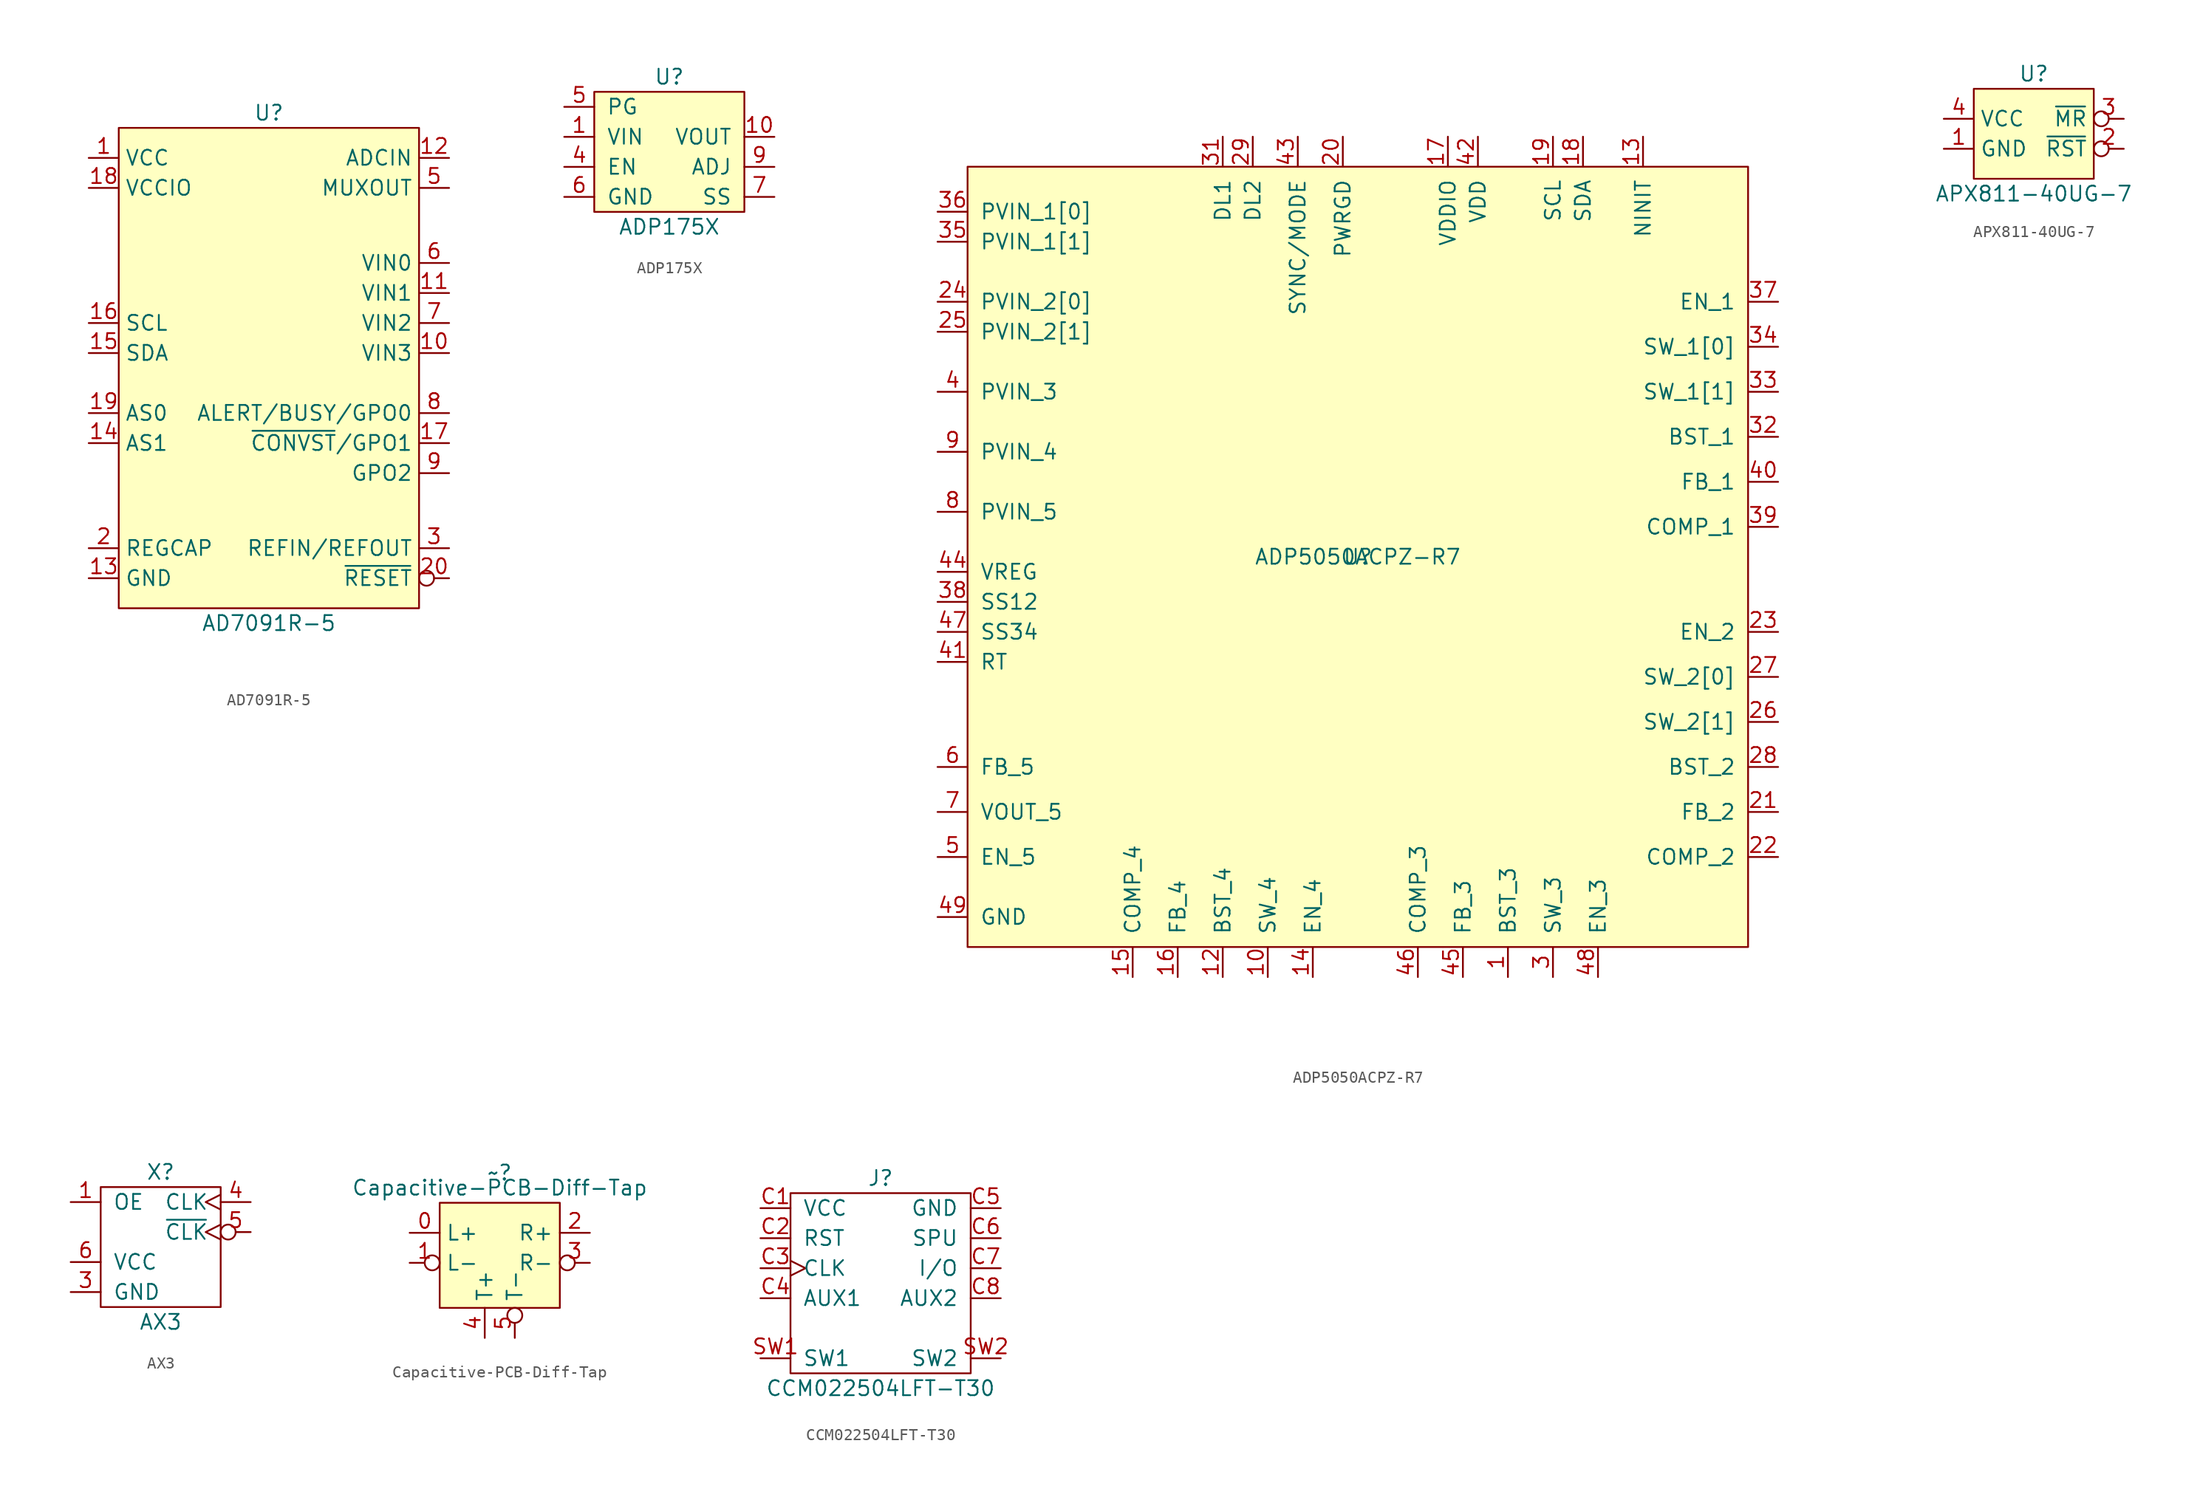
<source format=kicad_sym>
(kicad_symbol_lib
  (version 20211014)
  (generator kicad_symbol_editor)
  (symbol "AD7091R-5"
    (property "Reference" "U"
      (at 0 22.86 0)
      (effects (font (size 1.27 1.27))))
    (property "Value" "AD7091R-5"
      (at 0 -20.32 0)
      (effects (font (size 1.27 1.27))))
    (symbol "AD7091R-5_0_1"
      (rectangle (start -12.7 21.59) (end 12.7 -19.05) (stroke (width 0.152) (type default) (color 0 0 0 0)) (fill (type background))))
    (symbol "AD7091R-5_1_1"
      (pin power_in line (at -15.24 19.05 0) (length 2.54) (name "VCC" (effects (font (size 1.27 1.27)))) (number "1" (effects (font (size 1.27 1.27)))))
      (pin input line (at 15.24 2.54 180) (length 2.54) (name "VIN3" (effects (font (size 1.27 1.27)))) (number "10" (effects (font (size 1.27 1.27)))))
      (pin input line (at 15.24 7.62 180) (length 2.54) (name "VIN1" (effects (font (size 1.27 1.27)))) (number "11" (effects (font (size 1.27 1.27)))))
      (pin input line (at 15.24 19.05 180) (length 2.54) (name "ADCIN" (effects (font (size 1.27 1.27)))) (number "12" (effects (font (size 1.27 1.27)))))
      (pin power_in line (at -15.24 -16.51 0) (length 2.54) (name "GND" (effects (font (size 1.27 1.27)))) (number "13" (effects (font (size 1.27 1.27)))))
      (pin passive line (at -15.24 -5.08 0) (length 2.54) (name "AS1" (effects (font (size 1.27 1.27)))) (number "14" (effects (font (size 1.27 1.27)))))
      (pin bidirectional line (at -15.24 2.54 0) (length 2.54) (name "SDA" (effects (font (size 1.27 1.27)))) (number "15" (effects (font (size 1.27 1.27)))))
      (pin input line (at -15.24 5.08 0) (length 2.54) (name "SCL" (effects (font (size 1.27 1.27)))) (number "16" (effects (font (size 1.27 1.27)))))
      (pin passive line (at 15.24 -5.08 180) (length 2.54) (name "~{CONVST}/GPO1" (effects (font (size 1.27 1.27)))) (number "17" (effects (font (size 1.27 1.27)))))
      (pin power_in line (at -15.24 16.51 0) (length 2.54) (name "VCCIO" (effects (font (size 1.27 1.27)))) (number "18" (effects (font (size 1.27 1.27)))))
      (pin passive line (at -15.24 -2.54 0) (length 2.54) (name "AS0" (effects (font (size 1.27 1.27)))) (number "19" (effects (font (size 1.27 1.27)))))
      (pin passive line (at -15.24 -13.97 0) (length 2.54) (name "REGCAP" (effects (font (size 1.27 1.27)))) (number "2" (effects (font (size 1.27 1.27)))))
      (pin input inverted (at 15.24 -16.51 180) (length 2.54) (name "~{RESET}" (effects (font (size 1.27 1.27)))) (number "20" (effects (font (size 1.27 1.27)))))
      (pin passive line (at -15.24 -16.51 0) (length 2.54) hide (name "GND" (effects (font (size 1.27 1.27)))) (number "21" (effects (font (size 1.27 1.27)))))
      (pin bidirectional line (at 15.24 -13.97 180) (length 2.54) (name "REFIN/REFOUT" (effects (font (size 1.27 1.27)))) (number "3" (effects (font (size 1.27 1.27)))))
      (pin passive line (at -15.24 -16.51 0) (length 2.54) hide (name "GND" (effects (font (size 1.27 1.27)))) (number "4" (effects (font (size 1.27 1.27)))))
      (pin output line (at 15.24 16.51 180) (length 2.54) (name "MUXOUT" (effects (font (size 1.27 1.27)))) (number "5" (effects (font (size 1.27 1.27)))))
      (pin input line (at 15.24 10.16 180) (length 2.54) (name "VIN0" (effects (font (size 1.27 1.27)))) (number "6" (effects (font (size 1.27 1.27)))))
      (pin input line (at 15.24 5.08 180) (length 2.54) (name "VIN2" (effects (font (size 1.27 1.27)))) (number "7" (effects (font (size 1.27 1.27)))))
      (pin passive line (at 15.24 -2.54 180) (length 2.54) (name "ALERT/BUSY/GPO0" (effects (font (size 1.27 1.27)))) (number "8" (effects (font (size 1.27 1.27)))))
      (pin passive line (at 15.24 -7.62 180) (length 2.54) (name "GPO2" (effects (font (size 1.27 1.27)))) (number "9" (effects (font (size 1.27 1.27)))))))
  (symbol "ADP175X"
    (pin_names
      (offset 1.016))
    (property "Reference" "U"
      (at 0 5.08 0)
      (effects (font (size 1.27 1.27))))
    (property "Value" "ADP175X"
      (at 0 -7.62 0)
      (effects (font (size 1.27 1.27))))
    (symbol "ADP175X_0_1"
      (rectangle (start -6.35 -6.35) (end 6.35 3.81) (stroke (width 0) (type default) (color 0 0 0 0)) (fill (type background))))
    (symbol "ADP175X_1_1"
      (pin power_in line (at -8.89 0 0) (length 2.54) (name "VIN" (effects (font (size 1.27 1.27)))) (number "1" (effects (font (size 1.27 1.27)))))
      (pin power_out line (at 8.89 0 180) (length 2.54) (name "VOUT" (effects (font (size 1.27 1.27)))) (number "10" (effects (font (size 1.27 1.27)))))
      (pin passive line (at 8.89 0 180) (length 2.54) hide (name "VOUT" (effects (font (size 1.27 1.27)))) (number "11" (effects (font (size 1.27 1.27)))))
      (pin passive line (at 8.89 0 180) (length 2.54) hide (name "VOUT" (effects (font (size 1.27 1.27)))) (number "12" (effects (font (size 1.27 1.27)))))
      (pin passive line (at 8.89 0 180) (length 2.54) hide (name "VOUT" (effects (font (size 1.27 1.27)))) (number "13" (effects (font (size 1.27 1.27)))))
      (pin passive line (at 8.89 0 180) (length 2.54) hide (name "VOUT" (effects (font (size 1.27 1.27)))) (number "14" (effects (font (size 1.27 1.27)))))
      (pin passive line (at -8.89 0 0) (length 2.54) hide (name "VIN" (effects (font (size 1.27 1.27)))) (number "15" (effects (font (size 1.27 1.27)))))
      (pin passive line (at -8.89 0 0) (length 2.54) hide (name "VIN" (effects (font (size 1.27 1.27)))) (number "16" (effects (font (size 1.27 1.27)))))
      (pin passive line (at -8.89 -5.08 0) (length 2.54) hide (name "GND" (effects (font (size 1.27 1.27)))) (number "17" (effects (font (size 1.27 1.27)))))
      (pin passive line (at -8.89 0 0) (length 2.54) hide (name "VIN" (effects (font (size 1.27 1.27)))) (number "2" (effects (font (size 1.27 1.27)))))
      (pin passive line (at -8.89 0 0) (length 2.54) hide (name "VIN" (effects (font (size 1.27 1.27)))) (number "3" (effects (font (size 1.27 1.27)))))
      (pin passive line (at -8.89 -2.54 0) (length 2.54) (name "EN" (effects (font (size 1.27 1.27)))) (number "4" (effects (font (size 1.27 1.27)))))
      (pin passive line (at -8.89 2.54 0) (length 2.54) (name "PG" (effects (font (size 1.27 1.27)))) (number "5" (effects (font (size 1.27 1.27)))))
      (pin passive line (at -8.89 -5.08 0) (length 2.54) (name "GND" (effects (font (size 1.27 1.27)))) (number "6" (effects (font (size 1.27 1.27)))))
      (pin passive line (at 8.89 -5.08 180) (length 2.54) (name "SS" (effects (font (size 1.27 1.27)))) (number "7" (effects (font (size 1.27 1.27)))))
      (pin no_connect non_logic (at 8.89 2.54 180) (length 2.54) hide (name "NC" (effects (font (size 1.27 1.27)))) (number "8" (effects (font (size 1.27 1.27)))))
      (pin passive line (at 8.89 -2.54 180) (length 2.54) (name "ADJ" (effects (font (size 1.27 1.27)))) (number "9" (effects (font (size 1.27 1.27)))))))
  (symbol "ADP5050ACPZ-R7"
    (pin_names
      (offset 1.016))
    (property "Reference" "U"
      (at 0 1.27 0)
      (effects (font (size 1.27 1.27))))
    (property "Value" "ADP5050ACPZ-R7"
      (at 0 1.27 0)
      (effects (font (size 1.27 1.27))))
    (symbol "ADP5050ACPZ-R7_0_1"
      (rectangle (start -33.02 34.29) (end 33.02 -31.75) (stroke (width 0) (type default) (color 0 0 0 0)) (fill (type background))))
    (symbol "ADP5050ACPZ-R7_1_1"
      (pin passive line (at 12.7 -34.29 90) (length 2.54) (name "BST_3" (effects (font (size 1.27 1.27)))) (number "1" (effects (font (size 1.27 1.27)))))
      (pin power_out line (at -7.62 -34.29 90) (length 2.54) (name "SW_4" (effects (font (size 1.27 1.27)))) (number "10" (effects (font (size 1.27 1.27)))))
      (pin passive line (at -35.56 -29.21 0) (length 2.54) hide (name "GND" (effects (font (size 1.27 1.27)))) (number "11" (effects (font (size 1.27 1.27)))))
      (pin passive line (at -11.43 -34.29 90) (length 2.54) (name "BST_4" (effects (font (size 1.27 1.27)))) (number "12" (effects (font (size 1.27 1.27)))))
      (pin passive line (at 24.13 36.83 270) (length 2.54) (name "NINIT" (effects (font (size 1.27 1.27)))) (number "13" (effects (font (size 1.27 1.27)))))
      (pin input line (at -3.81 -34.29 90) (length 2.54) (name "EN_4" (effects (font (size 1.27 1.27)))) (number "14" (effects (font (size 1.27 1.27)))))
      (pin passive line (at -19.05 -34.29 90) (length 2.54) (name "COMP_4" (effects (font (size 1.27 1.27)))) (number "15" (effects (font (size 1.27 1.27)))))
      (pin input line (at -15.24 -34.29 90) (length 2.54) (name "FB_4" (effects (font (size 1.27 1.27)))) (number "16" (effects (font (size 1.27 1.27)))))
      (pin power_out line (at 7.62 36.83 270) (length 2.54) (name "VDDIO" (effects (font (size 1.27 1.27)))) (number "17" (effects (font (size 1.27 1.27)))))
      (pin passive line (at 19.05 36.83 270) (length 2.54) (name "SDA" (effects (font (size 1.27 1.27)))) (number "18" (effects (font (size 1.27 1.27)))))
      (pin passive line (at 16.51 36.83 270) (length 2.54) (name "SCL" (effects (font (size 1.27 1.27)))) (number "19" (effects (font (size 1.27 1.27)))))
      (pin passive line (at -35.56 -29.21 0) (length 2.54) hide (name "GND" (effects (font (size 1.27 1.27)))) (number "2" (effects (font (size 1.27 1.27)))))
      (pin passive line (at -1.27 36.83 270) (length 2.54) (name "PWRGD" (effects (font (size 1.27 1.27)))) (number "20" (effects (font (size 1.27 1.27)))))
      (pin input line (at 35.56 -20.32 180) (length 2.54) (name "FB_2" (effects (font (size 1.27 1.27)))) (number "21" (effects (font (size 1.27 1.27)))))
      (pin passive line (at 35.56 -24.13 180) (length 2.54) (name "COMP_2" (effects (font (size 1.27 1.27)))) (number "22" (effects (font (size 1.27 1.27)))))
      (pin input line (at 35.56 -5.08 180) (length 2.54) (name "EN_2" (effects (font (size 1.27 1.27)))) (number "23" (effects (font (size 1.27 1.27)))))
      (pin power_in line (at -35.56 22.86 0) (length 2.54) (name "PVIN_2[0]" (effects (font (size 1.27 1.27)))) (number "24" (effects (font (size 1.27 1.27)))))
      (pin power_in line (at -35.56 20.32 0) (length 2.54) (name "PVIN_2[1]" (effects (font (size 1.27 1.27)))) (number "25" (effects (font (size 1.27 1.27)))))
      (pin power_out line (at 35.56 -12.7 180) (length 2.54) (name "SW_2[1]" (effects (font (size 1.27 1.27)))) (number "26" (effects (font (size 1.27 1.27)))))
      (pin power_out line (at 35.56 -8.89 180) (length 2.54) (name "SW_2[0]" (effects (font (size 1.27 1.27)))) (number "27" (effects (font (size 1.27 1.27)))))
      (pin passive line (at 35.56 -16.51 180) (length 2.54) (name "BST_2" (effects (font (size 1.27 1.27)))) (number "28" (effects (font (size 1.27 1.27)))))
      (pin passive line (at -8.89 36.83 270) (length 2.54) (name "DL2" (effects (font (size 1.27 1.27)))) (number "29" (effects (font (size 1.27 1.27)))))
      (pin power_out line (at 16.51 -34.29 90) (length 2.54) (name "SW_3" (effects (font (size 1.27 1.27)))) (number "3" (effects (font (size 1.27 1.27)))))
      (pin passive line (at -35.56 -29.21 0) (length 2.54) hide (name "GND" (effects (font (size 1.27 1.27)))) (number "30" (effects (font (size 1.27 1.27)))))
      (pin passive line (at -11.43 36.83 270) (length 2.54) (name "DL1" (effects (font (size 1.27 1.27)))) (number "31" (effects (font (size 1.27 1.27)))))
      (pin passive line (at 35.56 11.43 180) (length 2.54) (name "BST_1" (effects (font (size 1.27 1.27)))) (number "32" (effects (font (size 1.27 1.27)))))
      (pin power_out line (at 35.56 15.24 180) (length 2.54) (name "SW_1[1]" (effects (font (size 1.27 1.27)))) (number "33" (effects (font (size 1.27 1.27)))))
      (pin power_out line (at 35.56 19.05 180) (length 2.54) (name "SW_1[0]" (effects (font (size 1.27 1.27)))) (number "34" (effects (font (size 1.27 1.27)))))
      (pin power_in line (at -35.56 27.94 0) (length 2.54) (name "PVIN_1[1]" (effects (font (size 1.27 1.27)))) (number "35" (effects (font (size 1.27 1.27)))))
      (pin power_in line (at -35.56 30.48 0) (length 2.54) (name "PVIN_1[0]" (effects (font (size 1.27 1.27)))) (number "36" (effects (font (size 1.27 1.27)))))
      (pin input line (at 35.56 22.86 180) (length 2.54) (name "EN_1" (effects (font (size 1.27 1.27)))) (number "37" (effects (font (size 1.27 1.27)))))
      (pin input line (at -35.56 -2.54 0) (length 2.54) (name "SS12" (effects (font (size 1.27 1.27)))) (number "38" (effects (font (size 1.27 1.27)))))
      (pin passive line (at 35.56 3.81 180) (length 2.54) (name "COMP_1" (effects (font (size 1.27 1.27)))) (number "39" (effects (font (size 1.27 1.27)))))
      (pin power_in line (at -35.56 15.24 0) (length 2.54) (name "PVIN_3" (effects (font (size 1.27 1.27)))) (number "4" (effects (font (size 1.27 1.27)))))
      (pin input line (at 35.56 7.62 180) (length 2.54) (name "FB_1" (effects (font (size 1.27 1.27)))) (number "40" (effects (font (size 1.27 1.27)))))
      (pin passive line (at -35.56 -7.62 0) (length 2.54) (name "RT" (effects (font (size 1.27 1.27)))) (number "41" (effects (font (size 1.27 1.27)))))
      (pin power_out line (at 10.16 36.83 270) (length 2.54) (name "VDD" (effects (font (size 1.27 1.27)))) (number "42" (effects (font (size 1.27 1.27)))))
      (pin passive line (at -5.08 36.83 270) (length 2.54) (name "SYNC/MODE" (effects (font (size 1.27 1.27)))) (number "43" (effects (font (size 1.27 1.27)))))
      (pin input line (at -35.56 0 0) (length 2.54) (name "VREG" (effects (font (size 1.27 1.27)))) (number "44" (effects (font (size 1.27 1.27)))))
      (pin input line (at 8.89 -34.29 90) (length 2.54) (name "FB_3" (effects (font (size 1.27 1.27)))) (number "45" (effects (font (size 1.27 1.27)))))
      (pin passive line (at 5.08 -34.29 90) (length 2.54) (name "COMP_3" (effects (font (size 1.27 1.27)))) (number "46" (effects (font (size 1.27 1.27)))))
      (pin input line (at -35.56 -5.08 0) (length 2.54) (name "SS34" (effects (font (size 1.27 1.27)))) (number "47" (effects (font (size 1.27 1.27)))))
      (pin input line (at 20.32 -34.29 90) (length 2.54) (name "EN_3" (effects (font (size 1.27 1.27)))) (number "48" (effects (font (size 1.27 1.27)))))
      (pin passive line (at -35.56 -29.21 0) (length 2.54) (name "GND" (effects (font (size 1.27 1.27)))) (number "49" (effects (font (size 1.27 1.27)))))
      (pin input line (at -35.56 -24.13 0) (length 2.54) (name "EN_5" (effects (font (size 1.27 1.27)))) (number "5" (effects (font (size 1.27 1.27)))))
      (pin input line (at -35.56 -16.51 0) (length 2.54) (name "FB_5" (effects (font (size 1.27 1.27)))) (number "6" (effects (font (size 1.27 1.27)))))
      (pin power_out line (at -35.56 -20.32 0) (length 2.54) (name "VOUT_5" (effects (font (size 1.27 1.27)))) (number "7" (effects (font (size 1.27 1.27)))))
      (pin power_in line (at -35.56 5.08 0) (length 2.54) (name "PVIN_5" (effects (font (size 1.27 1.27)))) (number "8" (effects (font (size 1.27 1.27)))))
      (pin power_in line (at -35.56 10.16 0) (length 2.54) (name "PVIN_4" (effects (font (size 1.27 1.27)))) (number "9" (effects (font (size 1.27 1.27)))))))
  (symbol "APX811-40UG-7"
    (property "Reference" "U"
      (at 0 5.08 0)
      (effects (font (size 1.27 1.27))))
    (property "Value" "APX811-40UG-7"
      (at 0 -5.08 0)
      (effects (font (size 1.27 1.27))))
    (symbol "APX811-40UG-7_0_1"
      (rectangle (start -5.08 3.81) (end 5.08 -3.81) (stroke (width 0.152) (type default) (color 0 0 0 0)) (fill (type background))))
    (symbol "APX811-40UG-7_1_1"
      (pin passive line (at -7.62 -1.27 0) (length 2.54) (name "GND" (effects (font (size 1.27 1.27)))) (number "1" (effects (font (size 1.27 1.27)))))
      (pin output inverted (at 7.62 -1.27 180) (length 2.54) (name "~{RST}" (effects (font (size 1.27 1.27)))) (number "2" (effects (font (size 1.27 1.27)))))
      (pin passive inverted (at 7.62 1.27 180) (length 2.54) (name "~{MR}" (effects (font (size 1.27 1.27)))) (number "3" (effects (font (size 1.27 1.27)))))
      (pin power_in line (at -7.62 1.27 0) (length 2.54) (name "VCC" (effects (font (size 1.27 1.27)))) (number "4" (effects (font (size 1.27 1.27)))))))
  (symbol "AX3"
    (pin_names
      (offset 1.016))
    (property "Reference" "X"
      (at 0 6.35 0)
      (effects (font (size 1.27 1.27))))
    (property "Value" "AX3"
      (at 0 -6.35 0)
      (effects (font (size 1.27 1.27))))
    (symbol "AX3_0_1"
      (rectangle (start 5.08 -5.08) (end -5.08 5.08) (stroke (width 0) (type default) (color 0 0 0 0)) (fill (type none))))
    (symbol "AX3_1_1"
      (pin passive line (at -7.62 3.81 0) (length 2.54) (name "OE" (effects (font (size 1.27 1.27)))) (number "1" (effects (font (size 1.27 1.27)))))
      (pin no_connect non_logic (at -7.62 1.27 0) (length 2.54) hide (name "NC" (effects (font (size 1.27 1.27)))) (number "2" (effects (font (size 1.27 1.27)))))
      (pin passive line (at -7.62 -3.81 0) (length 2.54) (name "GND" (effects (font (size 1.27 1.27)))) (number "3" (effects (font (size 1.27 1.27)))))
      (pin output clock (at 7.62 3.81 180) (length 2.54) (name "CLK" (effects (font (size 1.27 1.27)))) (number "4" (effects (font (size 1.27 1.27)))))
      (pin output inverted_clock (at 7.62 1.27 180) (length 2.54) (name "~{CLK}" (effects (font (size 1.27 1.27)))) (number "5" (effects (font (size 1.27 1.27)))))
      (pin power_in line (at -7.62 -1.27 0) (length 2.54) (name "VCC" (effects (font (size 1.27 1.27)))) (number "6" (effects (font (size 1.27 1.27)))))))
  (symbol "Capacitive-PCB-Diff-Tap"
    (property "Reference" "~"
      (at 0 7.62 0)
      (effects (font (size 1.27 1.27))))
    (property "Value" "Capacitive-PCB-Diff-Tap"
      (at 0 6.35 0)
      (effects (font (size 1.27 1.27))))
    (symbol "Capacitive-PCB-Diff-Tap_0_1"
      (rectangle (start -5.08 -3.81) (end 5.08 5.08) (stroke (width 0.152) (type default) (color 0 0 0 0)) (fill (type background))))
    (symbol "Capacitive-PCB-Diff-Tap_1_1"
      (pin passive line (at -7.62 2.54 0) (length 2.54) (name "L+" (effects (font (size 1.27 1.27)))) (number "0" (effects (font (size 1.27 1.27)))))
      (pin passive inverted (at -7.62 0 0) (length 2.54) (name "L-" (effects (font (size 1.27 1.27)))) (number "1" (effects (font (size 1.27 1.27)))))
      (pin passive line (at 7.62 2.54 180) (length 2.54) (name "R+" (effects (font (size 1.27 1.27)))) (number "2" (effects (font (size 1.27 1.27)))))
      (pin passive inverted (at 7.62 0 180) (length 2.54) (name "R-" (effects (font (size 1.27 1.27)))) (number "3" (effects (font (size 1.27 1.27)))))
      (pin passive line (at -1.27 -6.35 90) (length 2.54) (name "T+" (effects (font (size 1.27 1.27)))) (number "4" (effects (font (size 1.27 1.27)))))
      (pin passive inverted (at 1.27 -6.35 90) (length 2.54) (name "T-" (effects (font (size 1.27 1.27)))) (number "5" (effects (font (size 1.27 1.27)))))))
  (symbol "CCM022504LFT-T30"
    (pin_names
      (offset 1.016))
    (property "Reference" "J"
      (at 0 8.89 0)
      (effects (font (size 1.27 1.27))))
    (property "Value" "CCM022504LFT-T30"
      (at 0 -8.89 0)
      (effects (font (size 1.27 1.27))))
    (symbol "CCM022504LFT-T30_0_1"
      (rectangle (start 7.62 7.62) (end -7.62 -7.62) (stroke (width 0) (type default) (color 0 0 0 0)) (fill (type none))))
    (symbol "CCM022504LFT-T30_1_1"
      (pin output line (at -10.16 6.35 0) (length 2.54) (name "VCC" (effects (font (size 1.27 1.27)))) (number "C1" (effects (font (size 1.27 1.27)))))
      (pin output line (at -10.16 3.81 0) (length 2.54) (name "RST" (effects (font (size 1.27 1.27)))) (number "C2" (effects (font (size 1.27 1.27)))))
      (pin output clock (at -10.16 1.27 0) (length 2.54) (name "CLK" (effects (font (size 1.27 1.27)))) (number "C3" (effects (font (size 1.27 1.27)))))
      (pin bidirectional line (at -10.16 -1.27 0) (length 2.54) (name "AUX1" (effects (font (size 1.27 1.27)))) (number "C4" (effects (font (size 1.27 1.27)))))
      (pin power_out line (at 10.16 6.35 180) (length 2.54) (name "GND" (effects (font (size 1.27 1.27)))) (number "C5" (effects (font (size 1.27 1.27)))))
      (pin bidirectional line (at 10.16 3.81 180) (length 2.54) (name "SPU" (effects (font (size 1.27 1.27)))) (number "C6" (effects (font (size 1.27 1.27)))))
      (pin bidirectional line (at 10.16 1.27 180) (length 2.54) (name "I/O" (effects (font (size 1.27 1.27)))) (number "C7" (effects (font (size 1.27 1.27)))))
      (pin bidirectional line (at 10.16 -1.27 180) (length 2.54) (name "AUX2" (effects (font (size 1.27 1.27)))) (number "C8" (effects (font (size 1.27 1.27)))))
      (pin passive line (at -10.16 -6.35 0) (length 2.54) (name "SW1" (effects (font (size 1.27 1.27)))) (number "SW1" (effects (font (size 1.27 1.27)))))
      (pin passive line (at 10.16 -6.35 180) (length 2.54) (name "SW2" (effects (font (size 1.27 1.27)))) (number "SW2" (effects (font (size 1.27 1.27))))))))
</source>
